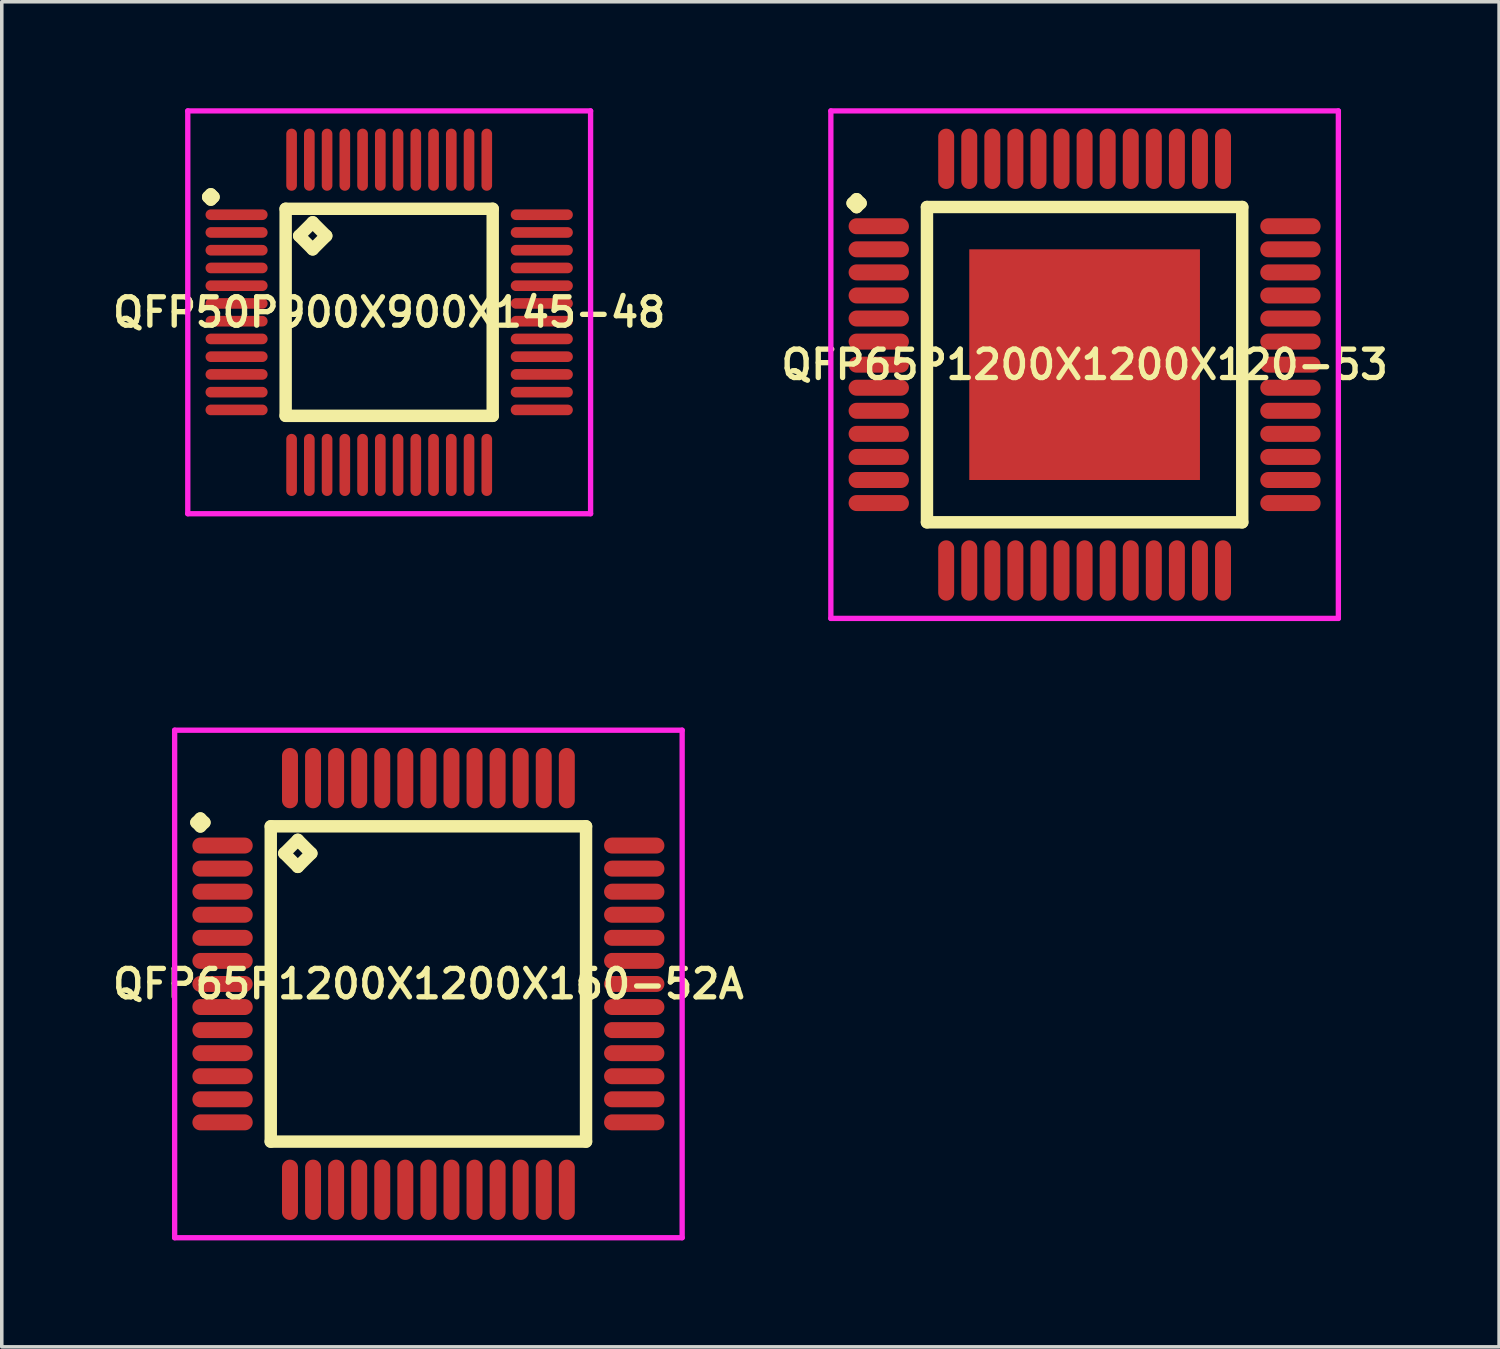
<source format=kicad_pcb>
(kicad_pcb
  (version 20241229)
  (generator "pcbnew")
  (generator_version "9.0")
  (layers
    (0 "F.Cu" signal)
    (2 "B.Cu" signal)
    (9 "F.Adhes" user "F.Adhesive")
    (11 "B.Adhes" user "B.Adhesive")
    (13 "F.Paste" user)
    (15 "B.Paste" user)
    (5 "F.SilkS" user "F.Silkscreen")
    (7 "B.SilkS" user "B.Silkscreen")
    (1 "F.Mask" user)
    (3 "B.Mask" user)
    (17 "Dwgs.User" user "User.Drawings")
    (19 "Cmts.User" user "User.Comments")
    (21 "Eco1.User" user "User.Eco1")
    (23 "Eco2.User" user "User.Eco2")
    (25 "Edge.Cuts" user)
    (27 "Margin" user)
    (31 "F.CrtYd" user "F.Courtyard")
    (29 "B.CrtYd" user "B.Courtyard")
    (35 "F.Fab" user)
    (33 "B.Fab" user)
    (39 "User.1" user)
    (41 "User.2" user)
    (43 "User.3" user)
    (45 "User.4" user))
  (footprint "QFP65P1200X1200X120-53"
    (layer "F.Cu")
    (at 27.511 7.225)
    (property "Reference" "QFP65P1200X1200X120-53" (at 0 0 0) (layer "F.SilkS") (effects (font (size 0.8 0.8) (thickness 0.15))))
    (attr through_hole)
    (fp_line (start -6.537 -4.55) (end -6.425 -4.662) (stroke (width 0.35) (type solid)) (layer "F.SilkS"))
    (fp_line (start -6.425 -4.662) (end -6.312 -4.55) (stroke (width 0.35) (type solid)) (layer "F.SilkS"))
    (fp_line (start -6.425 -4.438) (end -6.537 -4.55) (stroke (width 0.35) (type solid)) (layer "F.SilkS"))
    (fp_line (start -6.312 -4.55) (end -6.425 -4.438) (stroke (width 0.35) (type solid)) (layer "F.SilkS"))
    (fp_line (start -4.442 -4.442) (end -4.442 4.442) (stroke (width 0.35) (type solid)) (layer "F.SilkS"))
    (fp_line (start -4.442 4.442) (end 4.442 4.442) (stroke (width 0.35) (type solid)) (layer "F.SilkS"))
    (fp_line (start 4.442 -4.442) (end -4.442 -4.442) (stroke (width 0.35) (type solid)) (layer "F.SilkS"))
    (fp_line (start 4.442 4.442) (end 4.442 -4.442) (stroke (width 0.35) (type solid)) (layer "F.SilkS"))
    (fp_line (start -7.15 -7.15) (end 7.15 -7.15) (stroke (width 0.15) (type solid)) (layer "F.CrtYd"))
    (fp_line (start -7.15 7.15) (end -7.15 -7.15) (stroke (width 0.15) (type solid)) (layer "F.CrtYd"))
    (fp_line (start 7.15 -7.15) (end 7.15 7.15) (stroke (width 0.15) (type solid)) (layer "F.CrtYd"))
    (fp_line (start 7.15 7.15) (end -7.15 7.15) (stroke (width 0.15) (type solid)) (layer "F.CrtYd"))
    (pad "1" smd oval (at -5.8 -3.9) (size 1.7 0.45) (layers "F.Cu" "F.Mask" "F.Paste"))
    (pad "2" smd oval (at -5.8 -3.25) (size 1.7 0.45) (layers "F.Cu" "F.Mask" "F.Paste"))
    (pad "3" smd oval (at -5.8 -2.6) (size 1.7 0.45) (layers "F.Cu" "F.Mask" "F.Paste"))
    (pad "4" smd oval (at -5.8 -1.95) (size 1.7 0.45) (layers "F.Cu" "F.Mask" "F.Paste"))
    (pad "5" smd oval (at -5.8 -1.3) (size 1.7 0.45) (layers "F.Cu" "F.Mask" "F.Paste"))
    (pad "6" smd oval (at -5.8 -0.65) (size 1.7 0.45) (layers "F.Cu" "F.Mask" "F.Paste"))
    (pad "7" smd oval (at -5.8 0) (size 1.7 0.45) (layers "F.Cu" "F.Mask" "F.Paste"))
    (pad "8" smd oval (at -5.8 0.65) (size 1.7 0.45) (layers "F.Cu" "F.Mask" "F.Paste"))
    (pad "9" smd oval (at -5.8 1.3) (size 1.7 0.45) (layers "F.Cu" "F.Mask" "F.Paste"))
    (pad "10" smd oval (at -5.8 1.95) (size 1.7 0.45) (layers "F.Cu" "F.Mask" "F.Paste"))
    (pad "11" smd oval (at -5.8 2.6) (size 1.7 0.45) (layers "F.Cu" "F.Mask" "F.Paste"))
    (pad "12" smd oval (at -5.8 3.25) (size 1.7 0.45) (layers "F.Cu" "F.Mask" "F.Paste"))
    (pad "13" smd oval (at -5.8 3.9) (size 1.7 0.45) (layers "F.Cu" "F.Mask" "F.Paste"))
    (pad "14" smd oval (at -3.9 5.8) (size 0.45 1.7) (layers "F.Cu" "F.Mask" "F.Paste"))
    (pad "15" smd oval (at -3.25 5.8) (size 0.45 1.7) (layers "F.Cu" "F.Mask" "F.Paste"))
    (pad "16" smd oval (at -2.6 5.8) (size 0.45 1.7) (layers "F.Cu" "F.Mask" "F.Paste"))
    (pad "17" smd oval (at -1.95 5.8) (size 0.45 1.7) (layers "F.Cu" "F.Mask" "F.Paste"))
    (pad "18" smd oval (at -1.3 5.8) (size 0.45 1.7) (layers "F.Cu" "F.Mask" "F.Paste"))
    (pad "19" smd oval (at -0.65 5.8) (size 0.45 1.7) (layers "F.Cu" "F.Mask" "F.Paste"))
    (pad "20" smd oval (at 0 5.8) (size 0.45 1.7) (layers "F.Cu" "F.Mask" "F.Paste"))
    (pad "21" smd oval (at 0.65 5.8) (size 0.45 1.7) (layers "F.Cu" "F.Mask" "F.Paste"))
    (pad "22" smd oval (at 1.3 5.8) (size 0.45 1.7) (layers "F.Cu" "F.Mask" "F.Paste"))
    (pad "23" smd oval (at 1.95 5.8) (size 0.45 1.7) (layers "F.Cu" "F.Mask" "F.Paste"))
    (pad "24" smd oval (at 2.6 5.8) (size 0.45 1.7) (layers "F.Cu" "F.Mask" "F.Paste"))
    (pad "25" smd oval (at 3.25 5.8) (size 0.45 1.7) (layers "F.Cu" "F.Mask" "F.Paste"))
    (pad "26" smd oval (at 3.9 5.8) (size 0.45 1.7) (layers "F.Cu" "F.Mask" "F.Paste"))
    (pad "27" smd oval (at 5.8 3.9) (size 1.7 0.45) (layers "F.Cu" "F.Mask" "F.Paste"))
    (pad "28" smd oval (at 5.8 3.25) (size 1.7 0.45) (layers "F.Cu" "F.Mask" "F.Paste"))
    (pad "29" smd oval (at 5.8 2.6) (size 1.7 0.45) (layers "F.Cu" "F.Mask" "F.Paste"))
    (pad "30" smd oval (at 5.8 1.95) (size 1.7 0.45) (layers "F.Cu" "F.Mask" "F.Paste"))
    (pad "31" smd oval (at 5.8 1.3) (size 1.7 0.45) (layers "F.Cu" "F.Mask" "F.Paste"))
    (pad "32" smd oval (at 5.8 0.65) (size 1.7 0.45) (layers "F.Cu" "F.Mask" "F.Paste"))
    (pad "33" smd oval (at 5.8 0) (size 1.7 0.45) (layers "F.Cu" "F.Mask" "F.Paste"))
    (pad "34" smd oval (at 5.8 -0.65) (size 1.7 0.45) (layers "F.Cu" "F.Mask" "F.Paste"))
    (pad "35" smd oval (at 5.8 -1.3) (size 1.7 0.45) (layers "F.Cu" "F.Mask" "F.Paste"))
    (pad "36" smd oval (at 5.8 -1.95) (size 1.7 0.45) (layers "F.Cu" "F.Mask" "F.Paste"))
    (pad "37" smd oval (at 5.8 -2.6) (size 1.7 0.45) (layers "F.Cu" "F.Mask" "F.Paste"))
    (pad "38" smd oval (at 5.8 -3.25) (size 1.7 0.45) (layers "F.Cu" "F.Mask" "F.Paste"))
    (pad "39" smd oval (at 5.8 -3.9) (size 1.7 0.45) (layers "F.Cu" "F.Mask" "F.Paste"))
    (pad "40" smd oval (at 3.9 -5.8) (size 0.45 1.7) (layers "F.Cu" "F.Mask" "F.Paste"))
    (pad "41" smd oval (at 3.25 -5.8) (size 0.45 1.7) (layers "F.Cu" "F.Mask" "F.Paste"))
    (pad "42" smd oval (at 2.6 -5.8) (size 0.45 1.7) (layers "F.Cu" "F.Mask" "F.Paste"))
    (pad "43" smd oval (at 1.95 -5.8) (size 0.45 1.7) (layers "F.Cu" "F.Mask" "F.Paste"))
    (pad "44" smd oval (at 1.3 -5.8) (size 0.45 1.7) (layers "F.Cu" "F.Mask" "F.Paste"))
    (pad "45" smd oval (at 0.65 -5.8) (size 0.45 1.7) (layers "F.Cu" "F.Mask" "F.Paste"))
    (pad "46" smd oval (at 0 -5.8) (size 0.45 1.7) (layers "F.Cu" "F.Mask" "F.Paste"))
    (pad "47" smd oval (at -0.65 -5.8) (size 0.45 1.7) (layers "F.Cu" "F.Mask" "F.Paste"))
    (pad "48" smd oval (at -1.3 -5.8) (size 0.45 1.7) (layers "F.Cu" "F.Mask" "F.Paste"))
    (pad "49" smd oval (at -1.95 -5.8) (size 0.45 1.7) (layers "F.Cu" "F.Mask" "F.Paste"))
    (pad "50" smd oval (at -2.6 -5.8) (size 0.45 1.7) (layers "F.Cu" "F.Mask" "F.Paste"))
    (pad "51" smd oval (at -3.25 -5.8) (size 0.45 1.7) (layers "F.Cu" "F.Mask" "F.Paste"))
    (pad "52" smd oval (at -3.9 -5.8) (size 0.45 1.7) (layers "F.Cu" "F.Mask" "F.Paste"))
    (pad "53" smd rect (at 0 0) (size 6.5 6.5) (layers "F.Cu" "F.Mask" "F.Paste")))
  (footprint "QFP65P1200X1200X160-52A"
    (layer "F.Cu")
    (at 9.021 24.675)
    (property "Reference" "QFP65P1200X1200X160-52A" (at 0 0 0) (layer "F.SilkS") (effects (font (size 0.8 0.8) (thickness 0.15))))
    (attr through_hole)
    (fp_line (start -6.537 -4.55) (end -6.425 -4.662) (stroke (width 0.35) (type solid)) (layer "F.SilkS"))
    (fp_line (start -6.425 -4.662) (end -6.312 -4.55) (stroke (width 0.35) (type solid)) (layer "F.SilkS"))
    (fp_line (start -6.425 -4.438) (end -6.537 -4.55) (stroke (width 0.35) (type solid)) (layer "F.SilkS"))
    (fp_line (start -6.312 -4.55) (end -6.425 -4.438) (stroke (width 0.35) (type solid)) (layer "F.SilkS"))
    (fp_line (start -4.442 -4.442) (end -4.442 4.442) (stroke (width 0.35) (type solid)) (layer "F.SilkS"))
    (fp_line (start -4.442 4.442) (end 4.442 4.442) (stroke (width 0.35) (type solid)) (layer "F.SilkS"))
    (fp_line (start -4.061 -3.68) (end -3.68 -4.061) (stroke (width 0.35) (type solid)) (layer "F.SilkS"))
    (fp_line (start -3.68 -4.061) (end -3.299 -3.68) (stroke (width 0.35) (type solid)) (layer "F.SilkS"))
    (fp_line (start -3.68 -3.299) (end -4.061 -3.68) (stroke (width 0.35) (type solid)) (layer "F.SilkS"))
    (fp_line (start -3.299 -3.68) (end -3.68 -3.299) (stroke (width 0.35) (type solid)) (layer "F.SilkS"))
    (fp_line (start 4.442 -4.442) (end -4.442 -4.442) (stroke (width 0.35) (type solid)) (layer "F.SilkS"))
    (fp_line (start 4.442 4.442) (end 4.442 -4.442) (stroke (width 0.35) (type solid)) (layer "F.SilkS"))
    (fp_line (start -7.15 -7.15) (end 7.15 -7.15) (stroke (width 0.15) (type solid)) (layer "F.CrtYd"))
    (fp_line (start -7.15 7.15) (end -7.15 -7.15) (stroke (width 0.15) (type solid)) (layer "F.CrtYd"))
    (fp_line (start 7.15 -7.15) (end 7.15 7.15) (stroke (width 0.15) (type solid)) (layer "F.CrtYd"))
    (fp_line (start 7.15 7.15) (end -7.15 7.15) (stroke (width 0.15) (type solid)) (layer "F.CrtYd"))
    (pad "1" smd oval (at -5.8 -3.9) (size 1.7 0.45) (layers "F.Cu" "F.Mask" "F.Paste"))
    (pad "2" smd oval (at -5.8 -3.25) (size 1.7 0.45) (layers "F.Cu" "F.Mask" "F.Paste"))
    (pad "3" smd oval (at -5.8 -2.6) (size 1.7 0.45) (layers "F.Cu" "F.Mask" "F.Paste"))
    (pad "4" smd oval (at -5.8 -1.95) (size 1.7 0.45) (layers "F.Cu" "F.Mask" "F.Paste"))
    (pad "5" smd oval (at -5.8 -1.3) (size 1.7 0.45) (layers "F.Cu" "F.Mask" "F.Paste"))
    (pad "6" smd oval (at -5.8 -0.65) (size 1.7 0.45) (layers "F.Cu" "F.Mask" "F.Paste"))
    (pad "7" smd oval (at -5.8 0) (size 1.7 0.45) (layers "F.Cu" "F.Mask" "F.Paste"))
    (pad "8" smd oval (at -5.8 0.65) (size 1.7 0.45) (layers "F.Cu" "F.Mask" "F.Paste"))
    (pad "9" smd oval (at -5.8 1.3) (size 1.7 0.45) (layers "F.Cu" "F.Mask" "F.Paste"))
    (pad "10" smd oval (at -5.8 1.95) (size 1.7 0.45) (layers "F.Cu" "F.Mask" "F.Paste"))
    (pad "11" smd oval (at -5.8 2.6) (size 1.7 0.45) (layers "F.Cu" "F.Mask" "F.Paste"))
    (pad "12" smd oval (at -5.8 3.25) (size 1.7 0.45) (layers "F.Cu" "F.Mask" "F.Paste"))
    (pad "13" smd oval (at -5.8 3.9) (size 1.7 0.45) (layers "F.Cu" "F.Mask" "F.Paste"))
    (pad "14" smd oval (at -3.9 5.8) (size 0.45 1.7) (layers "F.Cu" "F.Mask" "F.Paste"))
    (pad "15" smd oval (at -3.25 5.8) (size 0.45 1.7) (layers "F.Cu" "F.Mask" "F.Paste"))
    (pad "16" smd oval (at -2.6 5.8) (size 0.45 1.7) (layers "F.Cu" "F.Mask" "F.Paste"))
    (pad "17" smd oval (at -1.95 5.8) (size 0.45 1.7) (layers "F.Cu" "F.Mask" "F.Paste"))
    (pad "18" smd oval (at -1.3 5.8) (size 0.45 1.7) (layers "F.Cu" "F.Mask" "F.Paste"))
    (pad "19" smd oval (at -0.65 5.8) (size 0.45 1.7) (layers "F.Cu" "F.Mask" "F.Paste"))
    (pad "20" smd oval (at 0 5.8) (size 0.45 1.7) (layers "F.Cu" "F.Mask" "F.Paste"))
    (pad "21" smd oval (at 0.65 5.8) (size 0.45 1.7) (layers "F.Cu" "F.Mask" "F.Paste"))
    (pad "22" smd oval (at 1.3 5.8) (size 0.45 1.7) (layers "F.Cu" "F.Mask" "F.Paste"))
    (pad "23" smd oval (at 1.95 5.8) (size 0.45 1.7) (layers "F.Cu" "F.Mask" "F.Paste"))
    (pad "24" smd oval (at 2.6 5.8) (size 0.45 1.7) (layers "F.Cu" "F.Mask" "F.Paste"))
    (pad "25" smd oval (at 3.25 5.8) (size 0.45 1.7) (layers "F.Cu" "F.Mask" "F.Paste"))
    (pad "26" smd oval (at 3.9 5.8) (size 0.45 1.7) (layers "F.Cu" "F.Mask" "F.Paste"))
    (pad "27" smd oval (at 5.8 3.9) (size 1.7 0.45) (layers "F.Cu" "F.Mask" "F.Paste"))
    (pad "28" smd oval (at 5.8 3.25) (size 1.7 0.45) (layers "F.Cu" "F.Mask" "F.Paste"))
    (pad "29" smd oval (at 5.8 2.6) (size 1.7 0.45) (layers "F.Cu" "F.Mask" "F.Paste"))
    (pad "30" smd oval (at 5.8 1.95) (size 1.7 0.45) (layers "F.Cu" "F.Mask" "F.Paste"))
    (pad "31" smd oval (at 5.8 1.3) (size 1.7 0.45) (layers "F.Cu" "F.Mask" "F.Paste"))
    (pad "32" smd oval (at 5.8 0.65) (size 1.7 0.45) (layers "F.Cu" "F.Mask" "F.Paste"))
    (pad "33" smd oval (at 5.8 0) (size 1.7 0.45) (layers "F.Cu" "F.Mask" "F.Paste"))
    (pad "34" smd oval (at 5.8 -0.65) (size 1.7 0.45) (layers "F.Cu" "F.Mask" "F.Paste"))
    (pad "35" smd oval (at 5.8 -1.3) (size 1.7 0.45) (layers "F.Cu" "F.Mask" "F.Paste"))
    (pad "36" smd oval (at 5.8 -1.95) (size 1.7 0.45) (layers "F.Cu" "F.Mask" "F.Paste"))
    (pad "37" smd oval (at 5.8 -2.6) (size 1.7 0.45) (layers "F.Cu" "F.Mask" "F.Paste"))
    (pad "38" smd oval (at 5.8 -3.25) (size 1.7 0.45) (layers "F.Cu" "F.Mask" "F.Paste"))
    (pad "39" smd oval (at 5.8 -3.9) (size 1.7 0.45) (layers "F.Cu" "F.Mask" "F.Paste"))
    (pad "40" smd oval (at 3.9 -5.8) (size 0.45 1.7) (layers "F.Cu" "F.Mask" "F.Paste"))
    (pad "41" smd oval (at 3.25 -5.8) (size 0.45 1.7) (layers "F.Cu" "F.Mask" "F.Paste"))
    (pad "42" smd oval (at 2.6 -5.8) (size 0.45 1.7) (layers "F.Cu" "F.Mask" "F.Paste"))
    (pad "43" smd oval (at 1.95 -5.8) (size 0.45 1.7) (layers "F.Cu" "F.Mask" "F.Paste"))
    (pad "44" smd oval (at 1.3 -5.8) (size 0.45 1.7) (layers "F.Cu" "F.Mask" "F.Paste"))
    (pad "45" smd oval (at 0.65 -5.8) (size 0.45 1.7) (layers "F.Cu" "F.Mask" "F.Paste"))
    (pad "46" smd oval (at 0 -5.8) (size 0.45 1.7) (layers "F.Cu" "F.Mask" "F.Paste"))
    (pad "47" smd oval (at -0.65 -5.8) (size 0.45 1.7) (layers "F.Cu" "F.Mask" "F.Paste"))
    (pad "48" smd oval (at -1.3 -5.8) (size 0.45 1.7) (layers "F.Cu" "F.Mask" "F.Paste"))
    (pad "49" smd oval (at -1.95 -5.8) (size 0.45 1.7) (layers "F.Cu" "F.Mask" "F.Paste"))
    (pad "50" smd oval (at -2.6 -5.8) (size 0.45 1.7) (layers "F.Cu" "F.Mask" "F.Paste"))
    (pad "51" smd oval (at -3.25 -5.8) (size 0.45 1.7) (layers "F.Cu" "F.Mask" "F.Paste"))
    (pad "52" smd oval (at -3.9 -5.8) (size 0.45 1.7) (layers "F.Cu" "F.Mask" "F.Paste")))
  (footprint "QFP50P900X900X145-48"
    (layer "F.Cu")
    (at 7.916 5.75)
    (property "Reference" "QFP50P900X900X145-48" (at 0 0 0) (layer "F.SilkS") (effects (font (size 0.8 0.8) (thickness 0.15))))
    (attr through_hole)
    (fp_line (start -5.1 -3.25) (end -5.025 -3.325) (stroke (width 0.35) (type solid)) (layer "F.SilkS"))
    (fp_line (start -5.025 -3.325) (end -4.95 -3.25) (stroke (width 0.35) (type solid)) (layer "F.SilkS"))
    (fp_line (start -5.025 -3.175) (end -5.1 -3.25) (stroke (width 0.35) (type solid)) (layer "F.SilkS"))
    (fp_line (start -4.95 -3.25) (end -5.025 -3.175) (stroke (width 0.35) (type solid)) (layer "F.SilkS"))
    (fp_line (start -2.917 -2.917) (end -2.917 2.917) (stroke (width 0.35) (type solid)) (layer "F.SilkS"))
    (fp_line (start -2.917 2.917) (end 2.917 2.917) (stroke (width 0.35) (type solid)) (layer "F.SilkS"))
    (fp_line (start -2.536 -2.155) (end -2.155 -2.536) (stroke (width 0.35) (type solid)) (layer "F.SilkS"))
    (fp_line (start -2.155 -2.536) (end -1.774 -2.155) (stroke (width 0.35) (type solid)) (layer "F.SilkS"))
    (fp_line (start -2.155 -1.774) (end -2.536 -2.155) (stroke (width 0.35) (type solid)) (layer "F.SilkS"))
    (fp_line (start -1.774 -2.155) (end -2.155 -1.774) (stroke (width 0.35) (type solid)) (layer "F.SilkS"))
    (fp_line (start 2.917 -2.917) (end -2.917 -2.917) (stroke (width 0.35) (type solid)) (layer "F.SilkS"))
    (fp_line (start 2.917 2.917) (end 2.917 -2.917) (stroke (width 0.35) (type solid)) (layer "F.SilkS"))
    (fp_line (start -5.675 -5.675) (end 5.675 -5.675) (stroke (width 0.15) (type solid)) (layer "F.CrtYd"))
    (fp_line (start -5.675 5.675) (end -5.675 -5.675) (stroke (width 0.15) (type solid)) (layer "F.CrtYd"))
    (fp_line (start 5.675 -5.675) (end 5.675 5.675) (stroke (width 0.15) (type solid)) (layer "F.CrtYd"))
    (fp_line (start 5.675 5.675) (end -5.675 5.675) (stroke (width 0.15) (type solid)) (layer "F.CrtYd"))
    (pad "1" smd oval (at -4.3 -2.75) (size 1.75 0.3) (layers "F.Cu" "F.Mask" "F.Paste"))
    (pad "2" smd oval (at -4.3 -2.25) (size 1.75 0.3) (layers "F.Cu" "F.Mask" "F.Paste"))
    (pad "3" smd oval (at -4.3 -1.75) (size 1.75 0.3) (layers "F.Cu" "F.Mask" "F.Paste"))
    (pad "4" smd oval (at -4.3 -1.25) (size 1.75 0.3) (layers "F.Cu" "F.Mask" "F.Paste"))
    (pad "5" smd oval (at -4.3 -0.75) (size 1.75 0.3) (layers "F.Cu" "F.Mask" "F.Paste"))
    (pad "6" smd oval (at -4.3 -0.25) (size 1.75 0.3) (layers "F.Cu" "F.Mask" "F.Paste"))
    (pad "7" smd oval (at -4.3 0.25) (size 1.75 0.3) (layers "F.Cu" "F.Mask" "F.Paste"))
    (pad "8" smd oval (at -4.3 0.75) (size 1.75 0.3) (layers "F.Cu" "F.Mask" "F.Paste"))
    (pad "9" smd oval (at -4.3 1.25) (size 1.75 0.3) (layers "F.Cu" "F.Mask" "F.Paste"))
    (pad "10" smd oval (at -4.3 1.75) (size 1.75 0.3) (layers "F.Cu" "F.Mask" "F.Paste"))
    (pad "11" smd oval (at -4.3 2.25) (size 1.75 0.3) (layers "F.Cu" "F.Mask" "F.Paste"))
    (pad "12" smd oval (at -4.3 2.75) (size 1.75 0.3) (layers "F.Cu" "F.Mask" "F.Paste"))
    (pad "13" smd oval (at -2.75 4.3) (size 0.3 1.75) (layers "F.Cu" "F.Mask" "F.Paste"))
    (pad "14" smd oval (at -2.25 4.3) (size 0.3 1.75) (layers "F.Cu" "F.Mask" "F.Paste"))
    (pad "15" smd oval (at -1.75 4.3) (size 0.3 1.75) (layers "F.Cu" "F.Mask" "F.Paste"))
    (pad "16" smd oval (at -1.25 4.3) (size 0.3 1.75) (layers "F.Cu" "F.Mask" "F.Paste"))
    (pad "17" smd oval (at -0.75 4.3) (size 0.3 1.75) (layers "F.Cu" "F.Mask" "F.Paste"))
    (pad "18" smd oval (at -0.25 4.3) (size 0.3 1.75) (layers "F.Cu" "F.Mask" "F.Paste"))
    (pad "19" smd oval (at 0.25 4.3) (size 0.3 1.75) (layers "F.Cu" "F.Mask" "F.Paste"))
    (pad "20" smd oval (at 0.75 4.3) (size 0.3 1.75) (layers "F.Cu" "F.Mask" "F.Paste"))
    (pad "21" smd oval (at 1.25 4.3) (size 0.3 1.75) (layers "F.Cu" "F.Mask" "F.Paste"))
    (pad "22" smd oval (at 1.75 4.3) (size 0.3 1.75) (layers "F.Cu" "F.Mask" "F.Paste"))
    (pad "23" smd oval (at 2.25 4.3) (size 0.3 1.75) (layers "F.Cu" "F.Mask" "F.Paste"))
    (pad "24" smd oval (at 2.75 4.3) (size 0.3 1.75) (layers "F.Cu" "F.Mask" "F.Paste"))
    (pad "25" smd oval (at 4.3 2.75) (size 1.75 0.3) (layers "F.Cu" "F.Mask" "F.Paste"))
    (pad "26" smd oval (at 4.3 2.25) (size 1.75 0.3) (layers "F.Cu" "F.Mask" "F.Paste"))
    (pad "27" smd oval (at 4.3 1.75) (size 1.75 0.3) (layers "F.Cu" "F.Mask" "F.Paste"))
    (pad "28" smd oval (at 4.3 1.25) (size 1.75 0.3) (layers "F.Cu" "F.Mask" "F.Paste"))
    (pad "29" smd oval (at 4.3 0.75) (size 1.75 0.3) (layers "F.Cu" "F.Mask" "F.Paste"))
    (pad "30" smd oval (at 4.3 0.25) (size 1.75 0.3) (layers "F.Cu" "F.Mask" "F.Paste"))
    (pad "31" smd oval (at 4.3 -0.25) (size 1.75 0.3) (layers "F.Cu" "F.Mask" "F.Paste"))
    (pad "32" smd oval (at 4.3 -0.75) (size 1.75 0.3) (layers "F.Cu" "F.Mask" "F.Paste"))
    (pad "33" smd oval (at 4.3 -1.25) (size 1.75 0.3) (layers "F.Cu" "F.Mask" "F.Paste"))
    (pad "34" smd oval (at 4.3 -1.75) (size 1.75 0.3) (layers "F.Cu" "F.Mask" "F.Paste"))
    (pad "35" smd oval (at 4.3 -2.25) (size 1.75 0.3) (layers "F.Cu" "F.Mask" "F.Paste"))
    (pad "36" smd oval (at 4.3 -2.75) (size 1.75 0.3) (layers "F.Cu" "F.Mask" "F.Paste"))
    (pad "37" smd oval (at 2.75 -4.3) (size 0.3 1.75) (layers "F.Cu" "F.Mask" "F.Paste"))
    (pad "38" smd oval (at 2.25 -4.3) (size 0.3 1.75) (layers "F.Cu" "F.Mask" "F.Paste"))
    (pad "39" smd oval (at 1.75 -4.3) (size 0.3 1.75) (layers "F.Cu" "F.Mask" "F.Paste"))
    (pad "40" smd oval (at 1.25 -4.3) (size 0.3 1.75) (layers "F.Cu" "F.Mask" "F.Paste"))
    (pad "41" smd oval (at 0.75 -4.3) (size 0.3 1.75) (layers "F.Cu" "F.Mask" "F.Paste"))
    (pad "42" smd oval (at 0.25 -4.3) (size 0.3 1.75) (layers "F.Cu" "F.Mask" "F.Paste"))
    (pad "43" smd oval (at -0.25 -4.3) (size 0.3 1.75) (layers "F.Cu" "F.Mask" "F.Paste"))
    (pad "44" smd oval (at -0.75 -4.3) (size 0.3 1.75) (layers "F.Cu" "F.Mask" "F.Paste"))
    (pad "45" smd oval (at -1.25 -4.3) (size 0.3 1.75) (layers "F.Cu" "F.Mask" "F.Paste"))
    (pad "46" smd oval (at -1.75 -4.3) (size 0.3 1.75) (layers "F.Cu" "F.Mask" "F.Paste"))
    (pad "47" smd oval (at -2.25 -4.3) (size 0.3 1.75) (layers "F.Cu" "F.Mask" "F.Paste"))
    (pad "48" smd oval (at -2.75 -4.3) (size 0.3 1.75) (layers "F.Cu" "F.Mask" "F.Paste")))
  (gr_rect
    (start -3 -3)
    (end 39.19 34.9)
    (stroke (width 0.1) (type default))
    (fill no)
    (layer "Edge.Cuts")))
</source>
